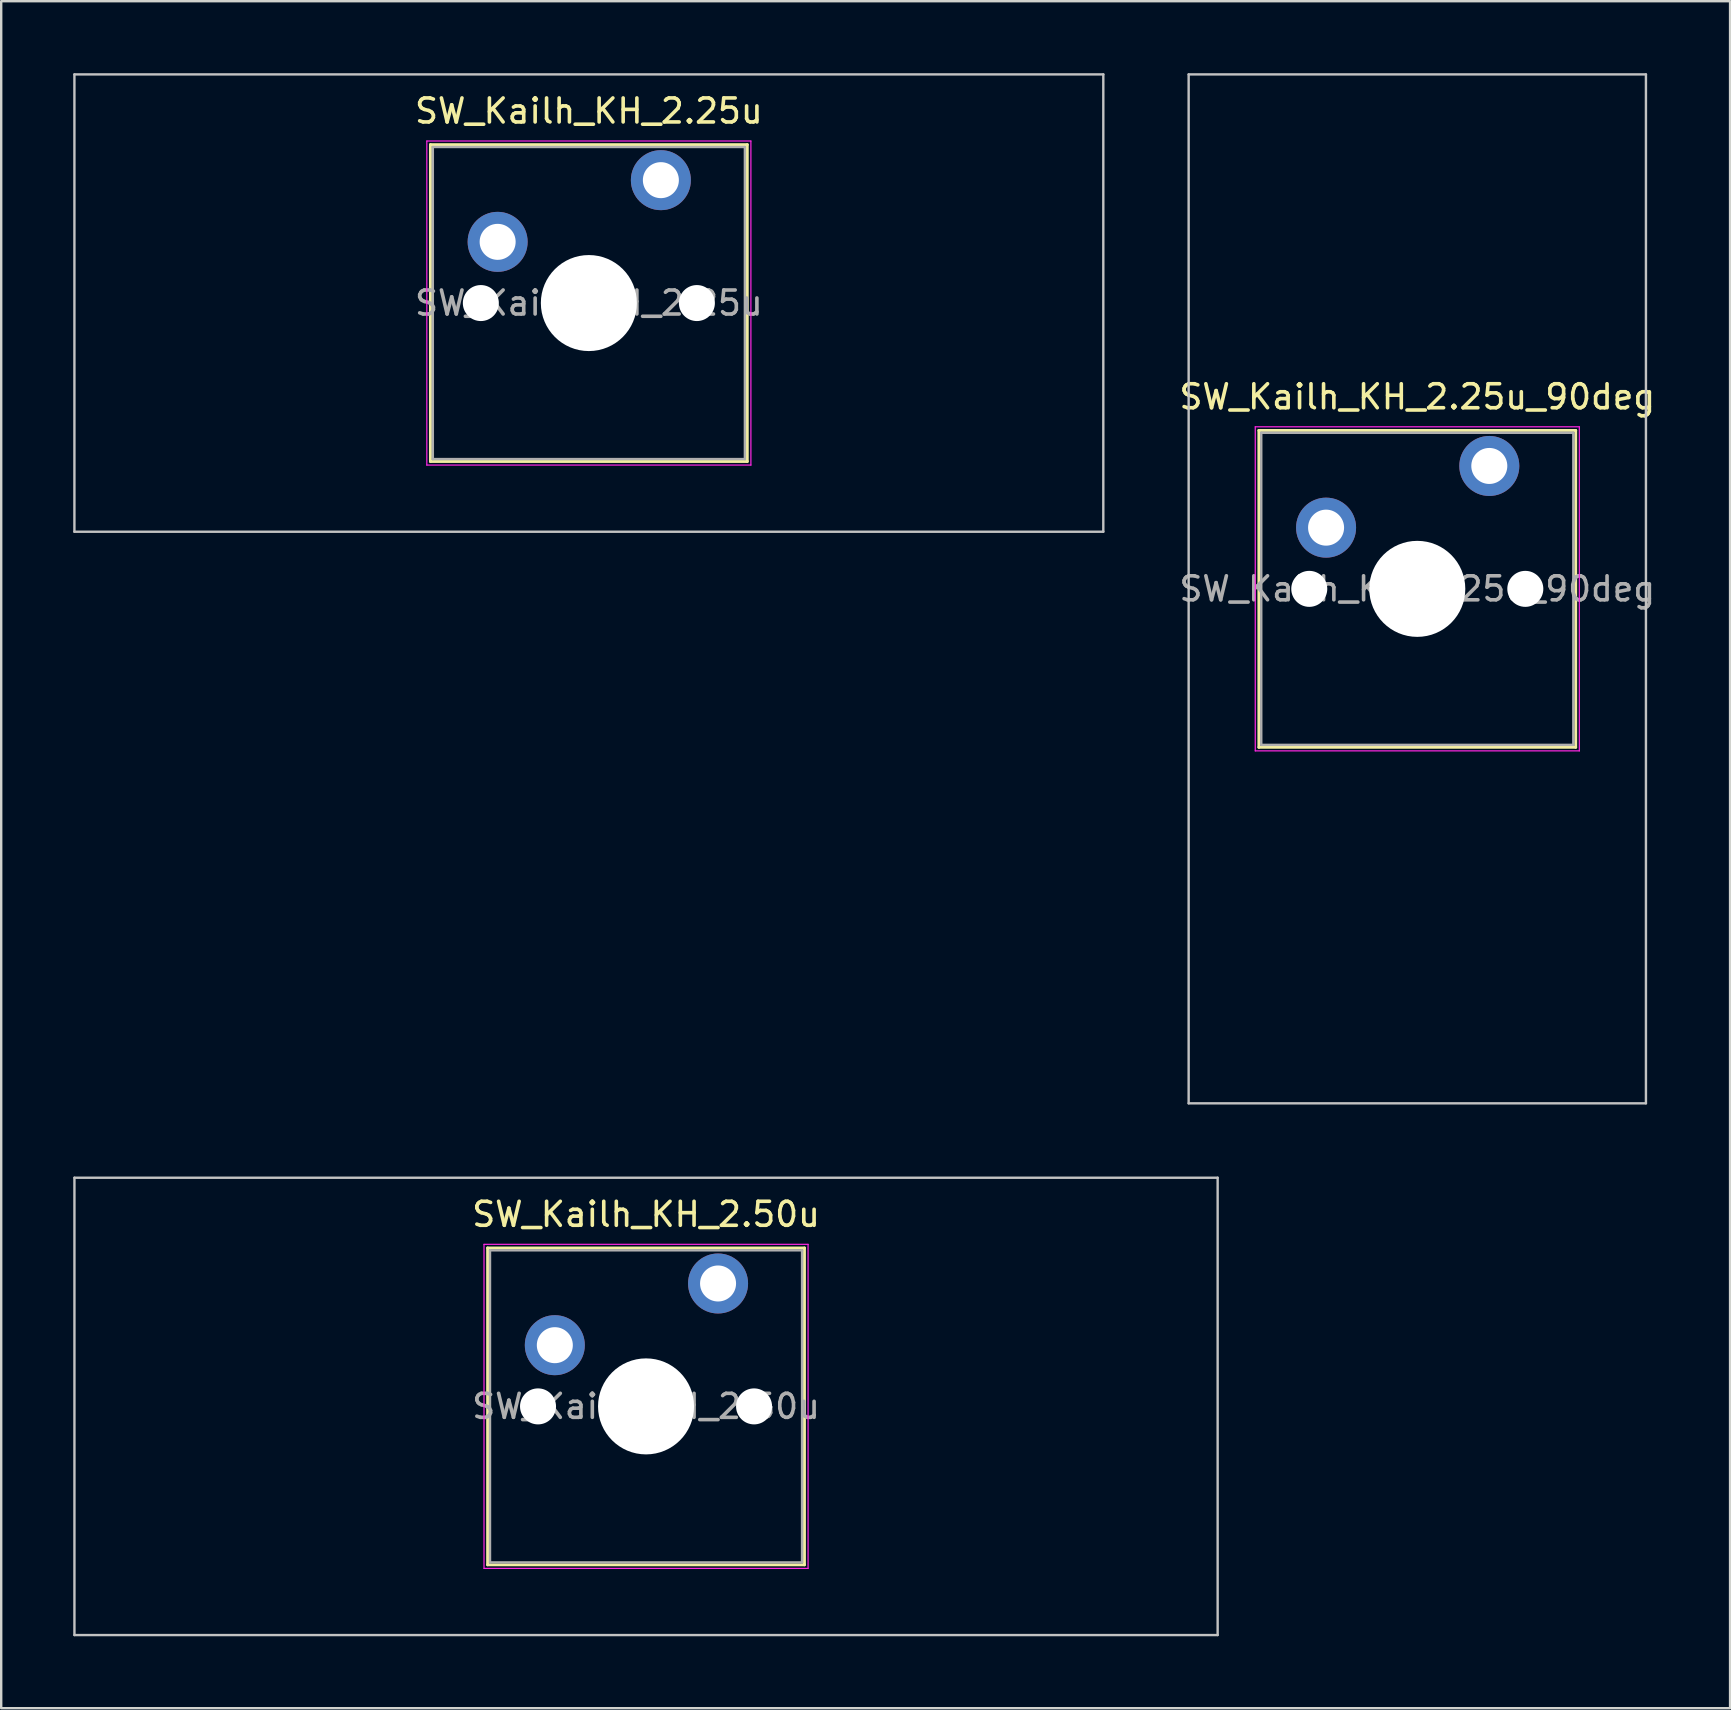
<source format=kicad_pcb>
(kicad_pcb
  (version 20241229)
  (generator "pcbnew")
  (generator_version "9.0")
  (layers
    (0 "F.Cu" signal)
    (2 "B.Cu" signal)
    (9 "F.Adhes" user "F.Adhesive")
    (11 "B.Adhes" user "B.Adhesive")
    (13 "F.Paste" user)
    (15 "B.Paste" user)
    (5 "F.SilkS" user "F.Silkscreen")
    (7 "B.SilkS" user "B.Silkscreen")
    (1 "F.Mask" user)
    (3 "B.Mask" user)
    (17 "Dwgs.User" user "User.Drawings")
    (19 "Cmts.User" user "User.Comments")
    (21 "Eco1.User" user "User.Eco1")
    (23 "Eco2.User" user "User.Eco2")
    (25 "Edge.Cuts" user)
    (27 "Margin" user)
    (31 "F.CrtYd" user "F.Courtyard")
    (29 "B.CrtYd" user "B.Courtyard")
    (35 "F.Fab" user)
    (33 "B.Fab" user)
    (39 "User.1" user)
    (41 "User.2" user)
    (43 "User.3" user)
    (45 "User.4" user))
  (footprint "SW_Kailh_KH_2.25u_90deg"
    (layer "F.Cu")
    (at 55.992 21.481)
    (property "Reference" "SW_Kailh_KH_2.25u_90deg" (at 0 -8 0) (layer "F.SilkS") (effects (font (size 1 1) (thickness 0.15))))
    (attr through_hole)
    (fp_line (start -6.6 -6.6) (end -6.6 6.6) (stroke (width 0.12) (type solid)) (layer "F.SilkS"))
    (fp_line (start -6.6 6.6) (end 6.6 6.6) (stroke (width 0.12) (type solid)) (layer "F.SilkS"))
    (fp_line (start 6.6 -6.6) (end -6.6 -6.6) (stroke (width 0.12) (type solid)) (layer "F.SilkS"))
    (fp_line (start 6.6 6.6) (end 6.6 -6.6) (stroke (width 0.12) (type solid)) (layer "F.SilkS"))
    (fp_line (start -9.525 -21.431) (end 9.525 -21.431) (stroke (width 0.1) (type solid)) (layer "Dwgs.User"))
    (fp_line (start -9.525 21.431) (end -9.525 -21.431) (stroke (width 0.1) (type solid)) (layer "Dwgs.User"))
    (fp_line (start 9.525 -21.431) (end 9.525 21.431) (stroke (width 0.1) (type solid)) (layer "Dwgs.User"))
    (fp_line (start 9.525 21.431) (end -9.525 21.431) (stroke (width 0.1) (type solid)) (layer "Dwgs.User"))
    (fp_line (start -6.1 -6.1) (end -6.1 6.1) (stroke (width 0.1) (type solid)) (layer "Eco1.User"))
    (fp_line (start -6.1 6.1) (end 6.1 6.1) (stroke (width 0.1) (type solid)) (layer "Eco1.User"))
    (fp_line (start 6.1 -6.1) (end -6.1 -6.1) (stroke (width 0.1) (type solid)) (layer "Eco1.User"))
    (fp_line (start 6.1 6.1) (end 6.1 -6.1) (stroke (width 0.1) (type solid)) (layer "Eco1.User"))
    (fp_line (start -6.75 -6.75) (end -6.75 6.75) (stroke (width 0.05) (type solid)) (layer "F.CrtYd"))
    (fp_line (start -6.75 6.75) (end 6.75 6.75) (stroke (width 0.05) (type solid)) (layer "F.CrtYd"))
    (fp_line (start 6.75 -6.75) (end -6.75 -6.75) (stroke (width 0.05) (type solid)) (layer "F.CrtYd"))
    (fp_line (start 6.75 6.75) (end 6.75 -6.75) (stroke (width 0.05) (type solid)) (layer "F.CrtYd"))
    (fp_line (start -6.5 -6.5) (end -6.5 6.5) (stroke (width 0.1) (type solid)) (layer "F.Fab"))
    (fp_line (start -6.5 6.5) (end 6.5 6.5) (stroke (width 0.1) (type solid)) (layer "F.Fab"))
    (fp_line (start 6.5 -6.5) (end -6.5 -6.5) (stroke (width 0.1) (type solid)) (layer "F.Fab"))
    (fp_line (start 6.5 6.5) (end 6.5 -6.5) (stroke (width 0.1) (type solid)) (layer "F.Fab"))
    (fp_text user "${REFERENCE}" (at 0 0 0) (layer "F.Fab") (effects (font (size 1 1) (thickness 0.15))))
    (pad "" np_thru_hole circle (at -4.5 0) (size 1.5 1.5) (drill 1.5) (layers "*.Cu" "*.Mask"))
    (pad "" smd circle (at -3.8 -2.55) (size 1.55 1.55) (layers "F.Mask"))
    (pad "" np_thru_hole circle (at 0 0) (size 4 4) (drill 4) (layers "*.Cu" "*.Mask"))
    (pad "" smd circle (at 3 -5.12) (size 1.55 1.55) (layers "F.Mask"))
    (pad "" np_thru_hole circle (at 4.5 0) (size 1.5 1.5) (drill 1.5) (layers "*.Cu" "*.Mask"))
    (pad "1" thru_hole circle (at -3.8 -2.55) (size 2.5 2.5) (drill 1.5) (layers "*.Cu" "B.Mask"))
    (pad "2" thru_hole circle (at 3 -5.12) (size 2.5 2.5) (drill 1.5) (layers "*.Cu" "B.Mask")))
  (footprint "SW_Kailh_KH_2.50u"
    (layer "F.Cu")
    (at 23.863 55.538)
    (property "Reference" "SW_Kailh_KH_2.50u" (at 0 -8 0) (layer "F.SilkS") (effects (font (size 1 1) (thickness 0.15))))
    (attr through_hole)
    (fp_line (start -6.6 -6.6) (end -6.6 6.6) (stroke (width 0.12) (type solid)) (layer "F.SilkS"))
    (fp_line (start -6.6 6.6) (end 6.6 6.6) (stroke (width 0.12) (type solid)) (layer "F.SilkS"))
    (fp_line (start 6.6 -6.6) (end -6.6 -6.6) (stroke (width 0.12) (type solid)) (layer "F.SilkS"))
    (fp_line (start 6.6 6.6) (end 6.6 -6.6) (stroke (width 0.12) (type solid)) (layer "F.SilkS"))
    (fp_line (start -23.812 -9.525) (end -23.812 9.525) (stroke (width 0.1) (type solid)) (layer "Dwgs.User"))
    (fp_line (start -23.812 9.525) (end 23.812 9.525) (stroke (width 0.1) (type solid)) (layer "Dwgs.User"))
    (fp_line (start 23.812 -9.525) (end -23.812 -9.525) (stroke (width 0.1) (type solid)) (layer "Dwgs.User"))
    (fp_line (start 23.812 9.525) (end 23.812 -9.525) (stroke (width 0.1) (type solid)) (layer "Dwgs.User"))
    (fp_line (start -6.1 -6.1) (end -6.1 6.1) (stroke (width 0.1) (type solid)) (layer "Eco1.User"))
    (fp_line (start -6.1 6.1) (end 6.1 6.1) (stroke (width 0.1) (type solid)) (layer "Eco1.User"))
    (fp_line (start 6.1 -6.1) (end -6.1 -6.1) (stroke (width 0.1) (type solid)) (layer "Eco1.User"))
    (fp_line (start 6.1 6.1) (end 6.1 -6.1) (stroke (width 0.1) (type solid)) (layer "Eco1.User"))
    (fp_line (start -6.75 -6.75) (end -6.75 6.75) (stroke (width 0.05) (type solid)) (layer "F.CrtYd"))
    (fp_line (start -6.75 6.75) (end 6.75 6.75) (stroke (width 0.05) (type solid)) (layer "F.CrtYd"))
    (fp_line (start 6.75 -6.75) (end -6.75 -6.75) (stroke (width 0.05) (type solid)) (layer "F.CrtYd"))
    (fp_line (start 6.75 6.75) (end 6.75 -6.75) (stroke (width 0.05) (type solid)) (layer "F.CrtYd"))
    (fp_line (start -6.5 -6.5) (end -6.5 6.5) (stroke (width 0.1) (type solid)) (layer "F.Fab"))
    (fp_line (start -6.5 6.5) (end 6.5 6.5) (stroke (width 0.1) (type solid)) (layer "F.Fab"))
    (fp_line (start 6.5 -6.5) (end -6.5 -6.5) (stroke (width 0.1) (type solid)) (layer "F.Fab"))
    (fp_line (start 6.5 6.5) (end 6.5 -6.5) (stroke (width 0.1) (type solid)) (layer "F.Fab"))
    (fp_text user "${REFERENCE}" (at 0 0 0) (layer "F.Fab") (effects (font (size 1 1) (thickness 0.15))))
    (pad "" np_thru_hole circle (at -4.5 0) (size 1.5 1.5) (drill 1.5) (layers "*.Cu" "*.Mask"))
    (pad "" smd circle (at -3.8 -2.55) (size 1.55 1.55) (layers "F.Mask"))
    (pad "" np_thru_hole circle (at 0 0) (size 4 4) (drill 4) (layers "*.Cu" "*.Mask"))
    (pad "" smd circle (at 3 -5.12) (size 1.55 1.55) (layers "F.Mask"))
    (pad "" np_thru_hole circle (at 4.5 0) (size 1.5 1.5) (drill 1.5) (layers "*.Cu" "*.Mask"))
    (pad "1" thru_hole circle (at -3.8 -2.55) (size 2.5 2.5) (drill 1.5) (layers "*.Cu" "B.Mask"))
    (pad "2" thru_hole circle (at 3 -5.12) (size 2.5 2.5) (drill 1.5) (layers "*.Cu" "B.Mask")))
  (footprint "SW_Kailh_KH_2.25u"
    (layer "F.Cu")
    (at 21.481 9.575)
    (property "Reference" "SW_Kailh_KH_2.25u" (at 0 -8 0) (layer "F.SilkS") (effects (font (size 1 1) (thickness 0.15))))
    (attr through_hole)
    (fp_line (start -6.6 -6.6) (end -6.6 6.6) (stroke (width 0.12) (type solid)) (layer "F.SilkS"))
    (fp_line (start -6.6 6.6) (end 6.6 6.6) (stroke (width 0.12) (type solid)) (layer "F.SilkS"))
    (fp_line (start 6.6 -6.6) (end -6.6 -6.6) (stroke (width 0.12) (type solid)) (layer "F.SilkS"))
    (fp_line (start 6.6 6.6) (end 6.6 -6.6) (stroke (width 0.12) (type solid)) (layer "F.SilkS"))
    (fp_line (start -21.431 -9.525) (end -21.431 9.525) (stroke (width 0.1) (type solid)) (layer "Dwgs.User"))
    (fp_line (start -21.431 9.525) (end 21.431 9.525) (stroke (width 0.1) (type solid)) (layer "Dwgs.User"))
    (fp_line (start 21.431 -9.525) (end -21.431 -9.525) (stroke (width 0.1) (type solid)) (layer "Dwgs.User"))
    (fp_line (start 21.431 9.525) (end 21.431 -9.525) (stroke (width 0.1) (type solid)) (layer "Dwgs.User"))
    (fp_line (start -6.1 -6.1) (end -6.1 6.1) (stroke (width 0.1) (type solid)) (layer "Eco1.User"))
    (fp_line (start -6.1 6.1) (end 6.1 6.1) (stroke (width 0.1) (type solid)) (layer "Eco1.User"))
    (fp_line (start 6.1 -6.1) (end -6.1 -6.1) (stroke (width 0.1) (type solid)) (layer "Eco1.User"))
    (fp_line (start 6.1 6.1) (end 6.1 -6.1) (stroke (width 0.1) (type solid)) (layer "Eco1.User"))
    (fp_line (start -6.75 -6.75) (end -6.75 6.75) (stroke (width 0.05) (type solid)) (layer "F.CrtYd"))
    (fp_line (start -6.75 6.75) (end 6.75 6.75) (stroke (width 0.05) (type solid)) (layer "F.CrtYd"))
    (fp_line (start 6.75 -6.75) (end -6.75 -6.75) (stroke (width 0.05) (type solid)) (layer "F.CrtYd"))
    (fp_line (start 6.75 6.75) (end 6.75 -6.75) (stroke (width 0.05) (type solid)) (layer "F.CrtYd"))
    (fp_line (start -6.5 -6.5) (end -6.5 6.5) (stroke (width 0.1) (type solid)) (layer "F.Fab"))
    (fp_line (start -6.5 6.5) (end 6.5 6.5) (stroke (width 0.1) (type solid)) (layer "F.Fab"))
    (fp_line (start 6.5 -6.5) (end -6.5 -6.5) (stroke (width 0.1) (type solid)) (layer "F.Fab"))
    (fp_line (start 6.5 6.5) (end 6.5 -6.5) (stroke (width 0.1) (type solid)) (layer "F.Fab"))
    (fp_text user "${REFERENCE}" (at 0 0 0) (layer "F.Fab") (effects (font (size 1 1) (thickness 0.15))))
    (pad "" np_thru_hole circle (at -4.5 0) (size 1.5 1.5) (drill 1.5) (layers "*.Cu" "*.Mask"))
    (pad "" smd circle (at -3.8 -2.55) (size 1.55 1.55) (layers "F.Mask"))
    (pad "" np_thru_hole circle (at 0 0) (size 4 4) (drill 4) (layers "*.Cu" "*.Mask"))
    (pad "" smd circle (at 3 -5.12) (size 1.55 1.55) (layers "F.Mask"))
    (pad "" np_thru_hole circle (at 4.5 0) (size 1.5 1.5) (drill 1.5) (layers "*.Cu" "*.Mask"))
    (pad "1" thru_hole circle (at -3.8 -2.55) (size 2.5 2.5) (drill 1.5) (layers "*.Cu" "B.Mask"))
    (pad "2" thru_hole circle (at 3 -5.12) (size 2.5 2.5) (drill 1.5) (layers "*.Cu" "B.Mask")))
  (gr_rect
    (start -3 -3)
    (end 69.022 68.112)
    (stroke (width 0.1) (type default))
    (fill no)
    (layer "Edge.Cuts")))
</source>
